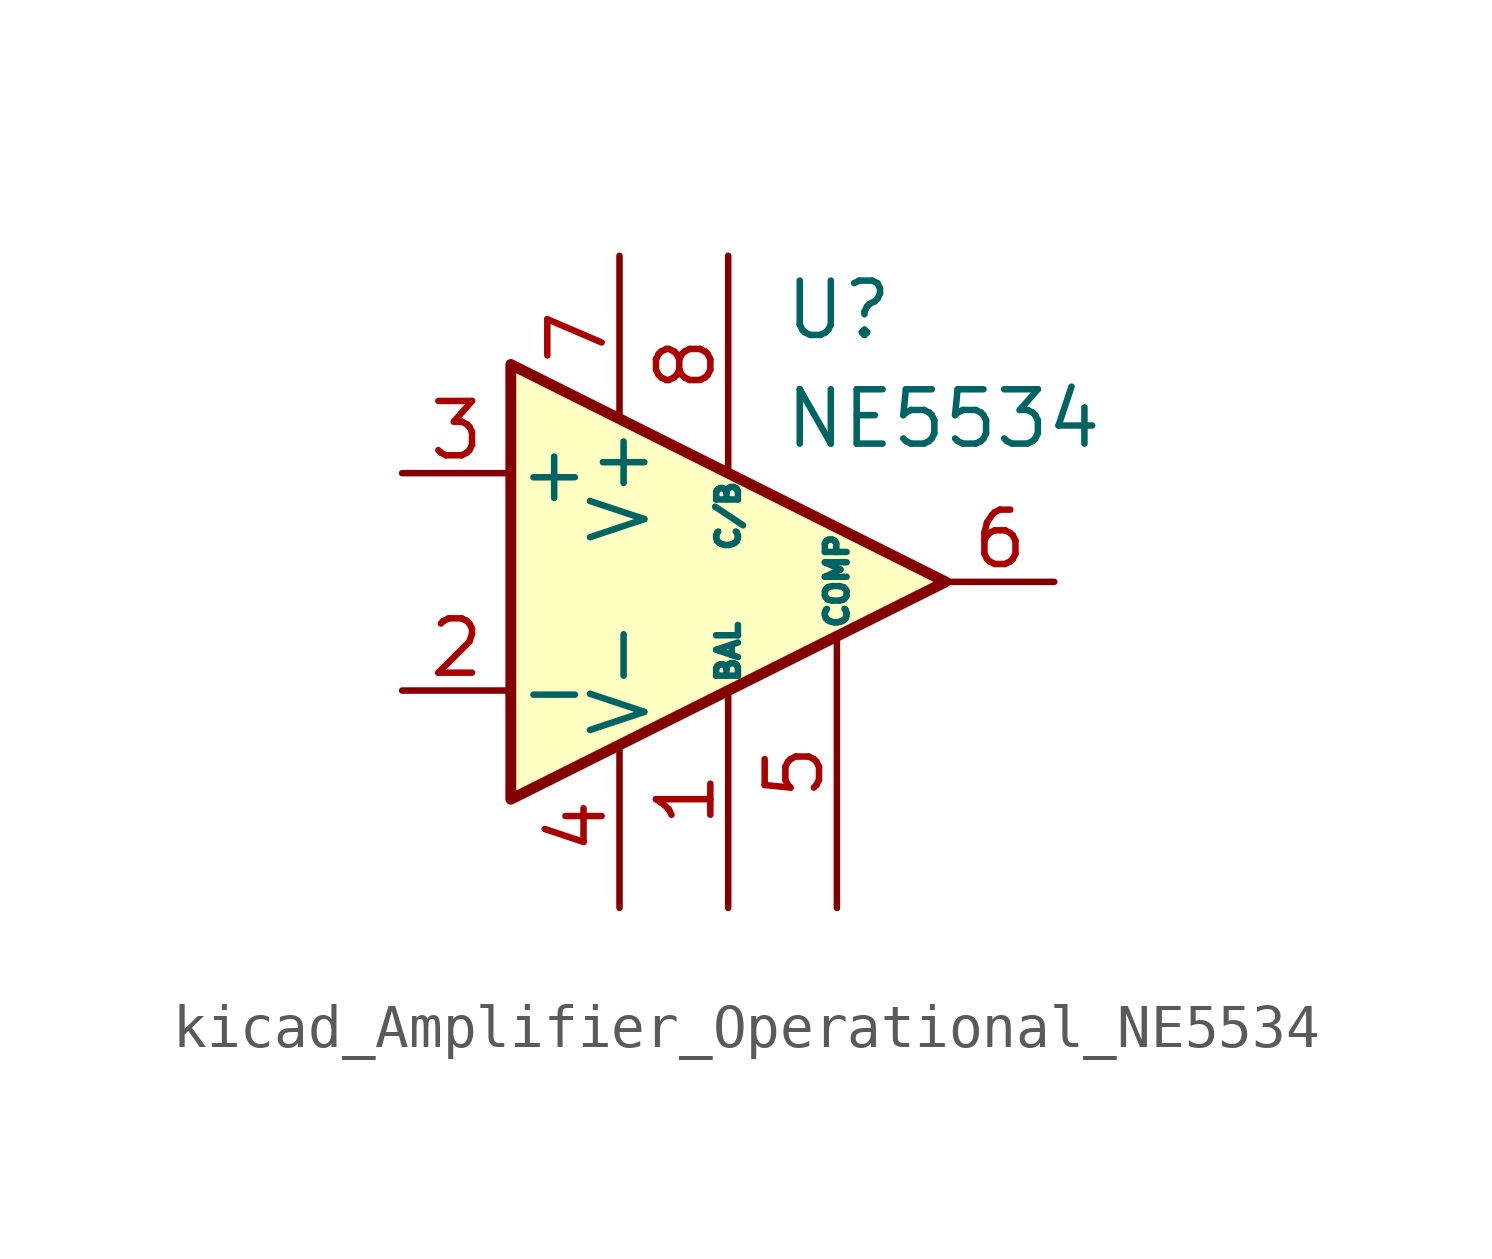
<source format=kicad_sym>
(kicad_symbol_lib
  (version 20220914)
  (generator kicad_symbol_editor)
  (symbol "kicad_Amplifier_Operational_NE5534"
    (pin_names
      (offset 0.127))
    (property "Reference" "U"
      (at 1.27 6.35 0)
      (effects (font (size 1.27 1.27)) (justify left)))
    (property "Value" "NE5534"
      (at 1.27 3.81 0)
      (effects (font (size 1.27 1.27)) (justify left)))
    (symbol "kicad_Amplifier_Operational_NE5534_0_1"
      (polyline (pts (xy -5.08 5.08) (xy 5.08 0) (xy -5.08 -5.08) (xy -5.08 5.08)) (stroke (width 0.254) (type default)) (fill (type background))))
    (symbol "kicad_Amplifier_Operational_NE5534_1_1"
      (pin input line (at 0 -7.62 90) (length 5.08) (name "BAL" (effects (font (size 0.508 0.508)))) (number "1" (effects (font (size 1.27 1.27)))))
      (pin input line (at -7.62 -2.54 0) (length 2.54) (name "-" (effects (font (size 1.27 1.27)))) (number "2" (effects (font (size 1.27 1.27)))))
      (pin input line (at -7.62 2.54 0) (length 2.54) (name "+" (effects (font (size 1.27 1.27)))) (number "3" (effects (font (size 1.27 1.27)))))
      (pin power_in line (at -2.54 -7.62 90) (length 3.81) (name "V-" (effects (font (size 1.27 1.27)))) (number "4" (effects (font (size 1.27 1.27)))))
      (pin input line (at 2.54 -7.62 90) (length 6.35) (name "COMP" (effects (font (size 0.508 0.508)))) (number "5" (effects (font (size 1.27 1.27)))))
      (pin output line (at 7.62 0 180) (length 2.54) (name "~" (effects (font (size 1.27 1.27)))) (number "6" (effects (font (size 1.27 1.27)))))
      (pin power_in line (at -2.54 7.62 270) (length 3.81) (name "V+" (effects (font (size 1.27 1.27)))) (number "7" (effects (font (size 1.27 1.27)))))
      (pin input line (at 0 7.62 270) (length 5.08) (name "C/B" (effects (font (size 0.508 0.508)))) (number "8" (effects (font (size 1.27 1.27))))))))
</source>
